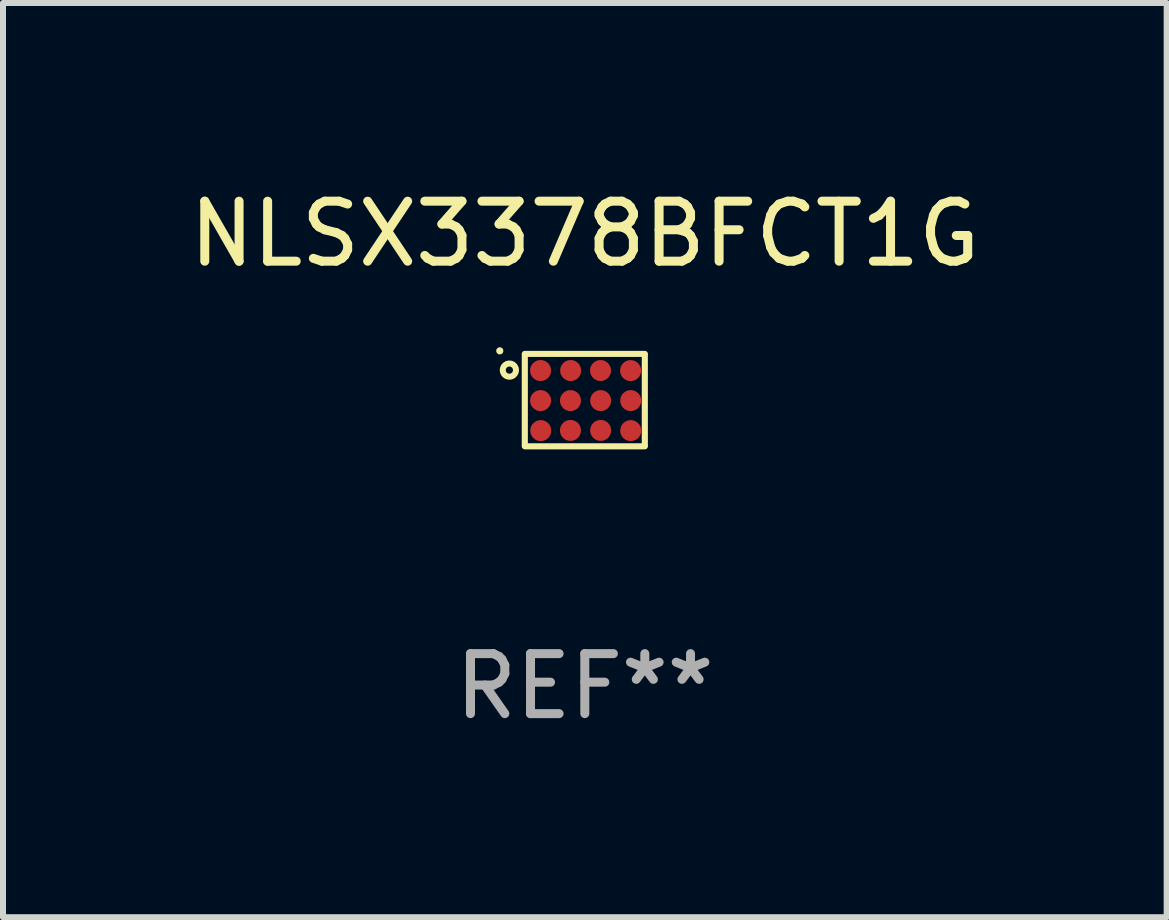
<source format=kicad_pcb>
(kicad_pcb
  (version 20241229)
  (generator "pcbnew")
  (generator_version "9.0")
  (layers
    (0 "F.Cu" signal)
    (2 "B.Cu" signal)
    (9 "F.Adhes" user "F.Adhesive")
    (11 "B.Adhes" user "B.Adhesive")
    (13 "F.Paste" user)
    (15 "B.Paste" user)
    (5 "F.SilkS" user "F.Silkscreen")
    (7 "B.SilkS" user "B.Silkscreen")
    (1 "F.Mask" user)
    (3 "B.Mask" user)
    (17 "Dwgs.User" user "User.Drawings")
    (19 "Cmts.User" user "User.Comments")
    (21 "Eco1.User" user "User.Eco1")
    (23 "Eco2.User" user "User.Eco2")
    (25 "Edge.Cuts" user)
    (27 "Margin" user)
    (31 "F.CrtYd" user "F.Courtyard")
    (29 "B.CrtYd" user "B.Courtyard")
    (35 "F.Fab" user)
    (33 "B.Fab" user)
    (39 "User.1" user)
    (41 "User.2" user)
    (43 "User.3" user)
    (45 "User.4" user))
  (footprint "NLSX3378BFCT1G"
    (layer "F.Cu")
    (at 6.696 3.618)
    (property "Reference" "NLSX3378BFCT1G" (at 0 -2.77 0) (layer "F.SilkS") (effects (font (size 1 1) (thickness 0.15))))
    (attr through_hole)
    (fp_line (start -1 -0.77) (end 1 -0.77) (stroke (width 0.102) (type solid)) (layer "F.SilkS"))
    (fp_line (start -1 0.75) (end -1 -0.75) (stroke (width 0.102) (type solid)) (layer "F.SilkS"))
    (fp_line (start -1 0.77) (end 1 0.77) (stroke (width 0.102) (type solid)) (layer "F.SilkS"))
    (fp_line (start 1 0.75) (end 1 -0.75) (stroke (width 0.102) (type solid)) (layer "F.SilkS"))
    (fp_circle (center -1.417 -0.821) (end -1.387 -0.821) (stroke (width 0.06) (type solid)) (fill no) (layer "F.SilkS"))
    (fp_circle (center -1.257 -0.5) (end -1.147 -0.5) (stroke (width 0.1) (type solid)) (fill no) (layer "F.SilkS"))
    (fp_text user "REF**" (at 0 4.77 0) (layer "F.Fab") (effects (font (size 1 1) (thickness 0.15))))
    (pad "A1" smd circle (at -0.737 -0.493) (size 0.35 0.35) (layers "F.Cu" "F.Mask" "F.Paste"))
    (pad "A2" smd circle (at -0.236 -0.493) (size 0.35 0.35) (layers "F.Cu" "F.Mask" "F.Paste"))
    (pad "A3" smd circle (at 0.262 -0.493) (size 0.35 0.35) (layers "F.Cu" "F.Mask" "F.Paste"))
    (pad "A4" smd circle (at 0.763 -0.492) (size 0.35 0.35) (layers "F.Cu" "F.Mask" "F.Paste"))
    (pad "B1" smd circle (at -0.737 0.008) (size 0.35 0.35) (layers "F.Cu" "F.Mask" "F.Paste"))
    (pad "B2" smd circle (at -0.239 0.008) (size 0.35 0.35) (layers "F.Cu" "F.Mask" "F.Paste"))
    (pad "B3" smd circle (at 0.264 0.008) (size 0.35 0.35) (layers "F.Cu" "F.Mask" "F.Paste"))
    (pad "B4" smd circle (at 0.765 0.008) (size 0.35 0.35) (layers "F.Cu" "F.Mask" "F.Paste"))
    (pad "C1" smd circle (at -0.734 0.508) (size 0.35 0.35) (layers "F.Cu" "F.Mask" "F.Paste"))
    (pad "C2" smd circle (at -0.239 0.505) (size 0.35 0.35) (layers "F.Cu" "F.Mask" "F.Paste"))
    (pad "C3" smd circle (at 0.264 0.505) (size 0.35 0.35) (layers "F.Cu" "F.Mask" "F.Paste"))
    (pad "C4" smd circle (at 0.765 0.508) (size 0.35 0.35) (layers "F.Cu" "F.Mask" "F.Paste")))
  (gr_rect
    (start -3 -3)
    (end 16.393 12.236)
    (stroke (width 0.1) (type default))
    (fill no)
    (layer "Edge.Cuts")))
</source>
